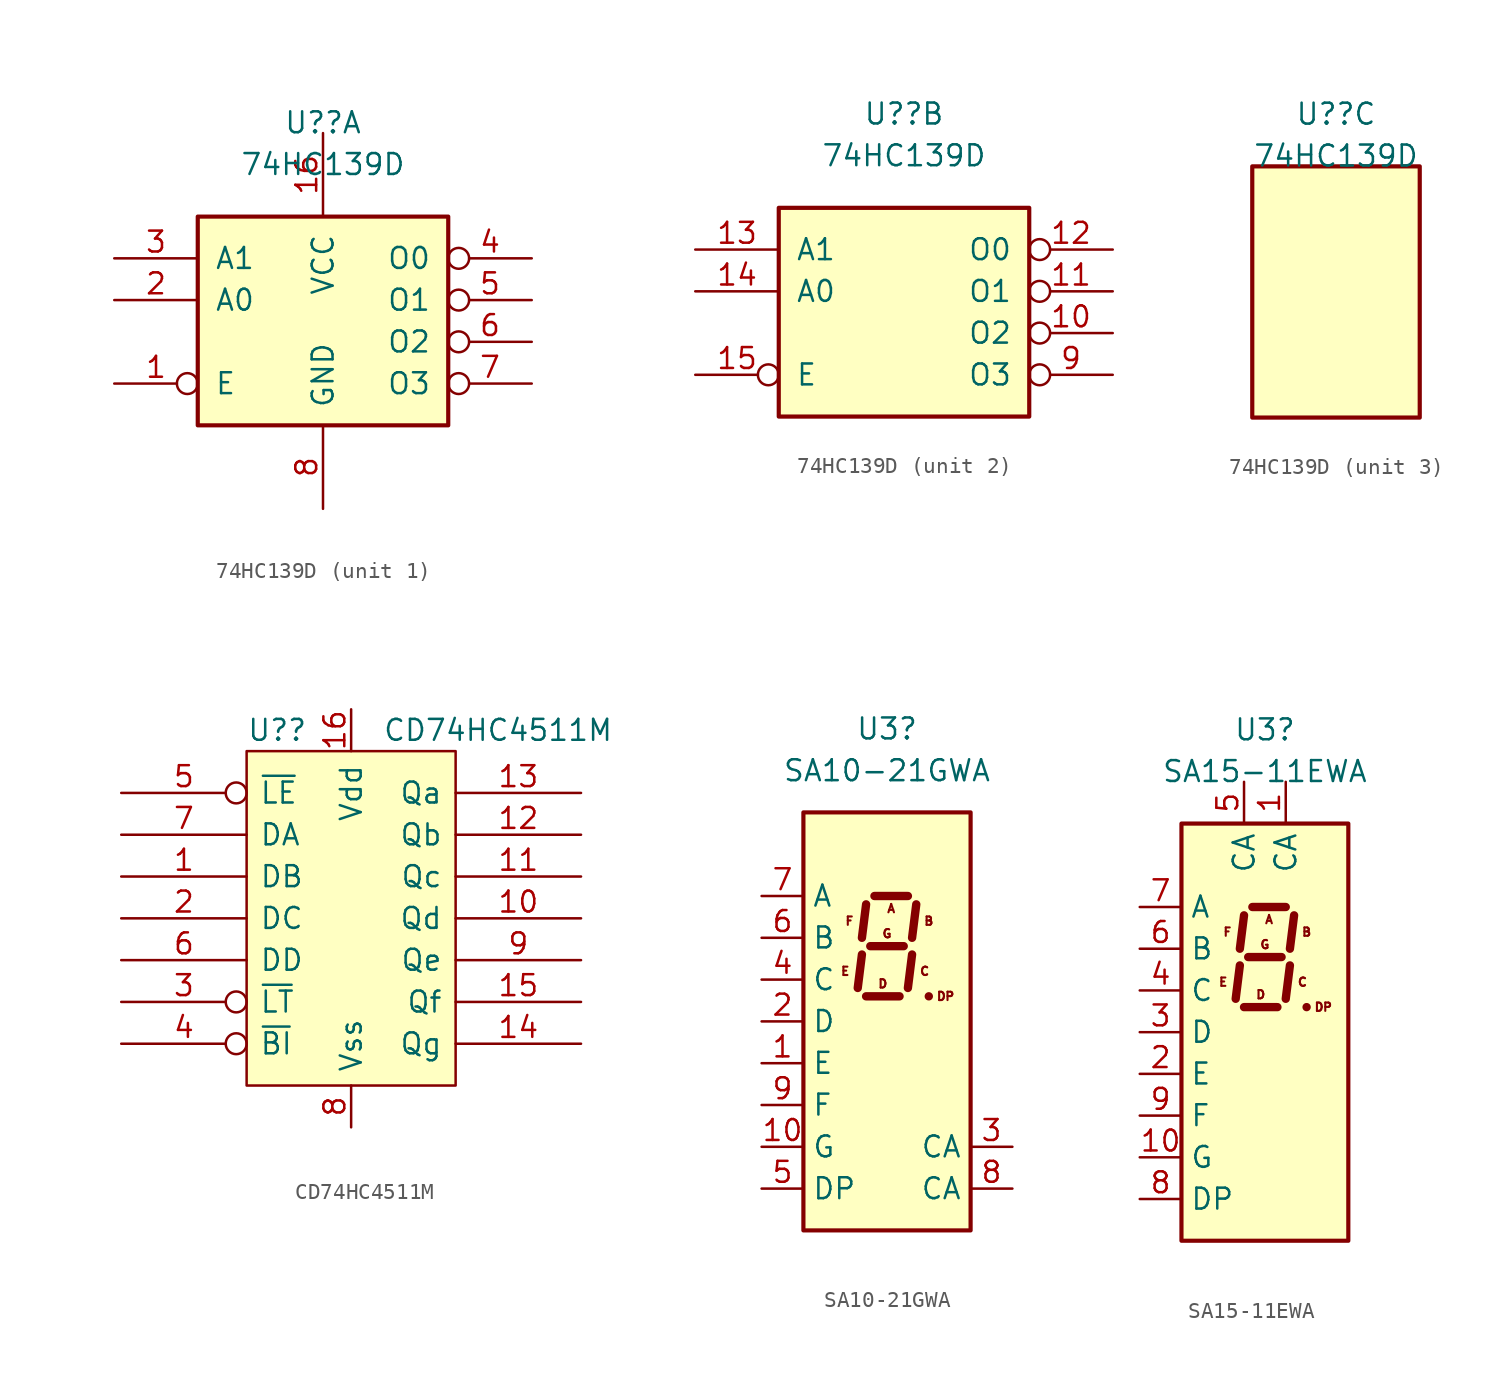
<source format=kicad_sym>
(kicad_symbol_lib
  (version 20211014)
  (generator kicad_symbol_editor)
  (symbol "74HC139D"
    (pin_names
      (offset 1.016))
    (property "Reference" "U?"
      (at 0 10.795 0)
      (effects (font (size 1.27 1.27))))
    (property "Value" "74HC139D"
      (at 0 8.255 0)
      (effects (font (size 1.27 1.27))))
    (property "ki_locked" ""
      (at 0 0 0)
      (effects (font (size 1.27 1.27))))
    (symbol "74HC139D_1_0"
      (pin input inverted (at -12.7 -5.08 0) (length 5.08) (name "E" (effects (font (size 1.27 1.27)))) (number "1" (effects (font (size 1.27 1.27)))))
      (pin power_in line (at 0 10.16 270) (length 5.08) (name "VCC" (effects (font (size 1.27 1.27)))) (number "16" (effects (font (size 1.27 1.27)))))
      (pin input line (at -12.7 0 0) (length 5.08) (name "A0" (effects (font (size 1.27 1.27)))) (number "2" (effects (font (size 1.27 1.27)))))
      (pin input line (at -12.7 2.54 0) (length 5.08) (name "A1" (effects (font (size 1.27 1.27)))) (number "3" (effects (font (size 1.27 1.27)))))
      (pin output inverted (at 12.7 2.54 180) (length 5.08) (name "O0" (effects (font (size 1.27 1.27)))) (number "4" (effects (font (size 1.27 1.27)))))
      (pin output inverted (at 12.7 0 180) (length 5.08) (name "O1" (effects (font (size 1.27 1.27)))) (number "5" (effects (font (size 1.27 1.27)))))
      (pin output inverted (at 12.7 -2.54 180) (length 5.08) (name "O2" (effects (font (size 1.27 1.27)))) (number "6" (effects (font (size 1.27 1.27)))))
      (pin output inverted (at 12.7 -5.08 180) (length 5.08) (name "O3" (effects (font (size 1.27 1.27)))) (number "7" (effects (font (size 1.27 1.27)))))
      (pin power_in line (at 0 -12.7 90) (length 5.08) (name "GND" (effects (font (size 1.27 1.27)))) (number "8" (effects (font (size 1.27 1.27))))))
    (symbol "74HC139D_1_1"
      (rectangle (start -7.62 5.08) (end 7.62 -7.62) (stroke (width 0.254) (type default) (color 0 0 0 0)) (fill (type background))))
    (symbol "74HC139D_2_0"
      (pin output inverted (at 12.7 -2.54 180) (length 5.08) (name "O2" (effects (font (size 1.27 1.27)))) (number "10" (effects (font (size 1.27 1.27)))))
      (pin output inverted (at 12.7 0 180) (length 5.08) (name "O1" (effects (font (size 1.27 1.27)))) (number "11" (effects (font (size 1.27 1.27)))))
      (pin output inverted (at 12.7 2.54 180) (length 5.08) (name "O0" (effects (font (size 1.27 1.27)))) (number "12" (effects (font (size 1.27 1.27)))))
      (pin input line (at -12.7 2.54 0) (length 5.08) (name "A1" (effects (font (size 1.27 1.27)))) (number "13" (effects (font (size 1.27 1.27)))))
      (pin input line (at -12.7 0 0) (length 5.08) (name "A0" (effects (font (size 1.27 1.27)))) (number "14" (effects (font (size 1.27 1.27)))))
      (pin input inverted (at -12.7 -5.08 0) (length 5.08) (name "E" (effects (font (size 1.27 1.27)))) (number "15" (effects (font (size 1.27 1.27)))))
      (pin output inverted (at 12.7 -5.08 180) (length 5.08) (name "O3" (effects (font (size 1.27 1.27)))) (number "9" (effects (font (size 1.27 1.27))))))
    (symbol "74HC139D_2_1"
      (rectangle (start -7.62 5.08) (end 7.62 -7.62) (stroke (width 0.254) (type default) (color 0 0 0 0)) (fill (type background))))
    (symbol "74HC139D_3_1"
      (rectangle (start -5.08 7.62) (end 5.08 -7.62) (stroke (width 0.254) (type default) (color 0 0 0 0)) (fill (type background)))))
  (symbol "CD74HC4511M"
    (pin_names
      (offset 0.762))
    (property "Reference" "U?"
      (at -6.35 11.43 0)
      (effects (font (size 1.27 1.27)) (justify left)))
    (property "Value" "CD74HC4511M"
      (at 1.905 11.43 0)
      (effects (font (size 1.27 1.27)) (justify left)))
    (symbol "CD74HC4511M_0_1"
      (rectangle (start -6.35 10.16) (end 6.35 -10.16) (stroke (width 0) (type default) (color 0 0 0 0)) (fill (type background))))
    (symbol "CD74HC4511M_1_1"
      (pin input line (at -13.97 2.54 0) (length 7.62) (name "DB" (effects (font (size 1.27 1.27)))) (number "1" (effects (font (size 1.27 1.27)))))
      (pin output line (at 13.97 0 180) (length 7.62) (name "Qd" (effects (font (size 1.27 1.27)))) (number "10" (effects (font (size 1.27 1.27)))))
      (pin output line (at 13.97 2.54 180) (length 7.62) (name "Qc" (effects (font (size 1.27 1.27)))) (number "11" (effects (font (size 1.27 1.27)))))
      (pin output line (at 13.97 5.08 180) (length 7.62) (name "Qb" (effects (font (size 1.27 1.27)))) (number "12" (effects (font (size 1.27 1.27)))))
      (pin output line (at 13.97 7.62 180) (length 7.62) (name "Qa" (effects (font (size 1.27 1.27)))) (number "13" (effects (font (size 1.27 1.27)))))
      (pin output line (at 13.97 -7.62 180) (length 7.62) (name "Qg" (effects (font (size 1.27 1.27)))) (number "14" (effects (font (size 1.27 1.27)))))
      (pin output line (at 13.97 -5.08 180) (length 7.62) (name "Qf" (effects (font (size 1.27 1.27)))) (number "15" (effects (font (size 1.27 1.27)))))
      (pin power_in line (at 0 12.7 270) (length 2.54) (name "Vdd" (effects (font (size 1.27 1.27)))) (number "16" (effects (font (size 1.27 1.27)))))
      (pin input line (at -13.97 0 0) (length 7.62) (name "DC" (effects (font (size 1.27 1.27)))) (number "2" (effects (font (size 1.27 1.27)))))
      (pin input inverted (at -13.97 -5.08 0) (length 7.62) (name "~{LT}" (effects (font (size 1.27 1.27)))) (number "3" (effects (font (size 1.27 1.27)))))
      (pin input inverted (at -13.97 -7.62 0) (length 7.62) (name "~{BI}" (effects (font (size 1.27 1.27)))) (number "4" (effects (font (size 1.27 1.27)))))
      (pin input inverted (at -13.97 7.62 0) (length 7.62) (name "~{LE}" (effects (font (size 1.27 1.27)))) (number "5" (effects (font (size 1.27 1.27)))))
      (pin input line (at -13.97 -2.54 0) (length 7.62) (name "DD" (effects (font (size 1.27 1.27)))) (number "6" (effects (font (size 1.27 1.27)))))
      (pin input line (at -13.97 5.08 0) (length 7.62) (name "DA" (effects (font (size 1.27 1.27)))) (number "7" (effects (font (size 1.27 1.27)))))
      (pin power_in line (at 0 -12.7 90) (length 2.54) (name "Vss" (effects (font (size 1.27 1.27)))) (number "8" (effects (font (size 1.27 1.27)))))
      (pin output line (at 13.97 -2.54 180) (length 7.62) (name "Qe" (effects (font (size 1.27 1.27)))) (number "9" (effects (font (size 1.27 1.27)))))))
  (symbol "SA10-21GWA"
    (property "Reference" "U3"
      (at 0 17.78 0)
      (effects (font (size 1.27 1.27))))
    (property "Value" "SA10-21GWA"
      (at 0 15.24 0)
      (effects (font (size 1.27 1.27))))
    (symbol "SA10-21GWA_1_0"
      (text "A" (at 0.254 6.858 0) (effects (font (size 0.508 0.508))))
      (text "B" (at 2.54 6.096 0) (effects (font (size 0.508 0.508))))
      (text "C" (at 2.286 3.048 0) (effects (font (size 0.508 0.508))))
      (text "D" (at -0.254 2.286 0) (effects (font (size 0.508 0.508))))
      (text "DP" (at 3.556 1.524 0) (effects (font (size 0.508 0.508))))
      (text "E" (at -2.54 3.048 0) (effects (font (size 0.508 0.508))))
      (text "F" (at -2.286 6.096 0) (effects (font (size 0.508 0.508))))
      (text "G" (at 0 5.334 0) (effects (font (size 0.508 0.508)))))
    (symbol "SA10-21GWA_1_1"
      (rectangle (start -5.08 12.7) (end 5.08 -12.7) (stroke (width 0.254) (type default) (color 0 0 0 0)) (fill (type background)))
      (polyline (pts (xy -1.524 4.064) (xy -1.778 2.032)) (stroke (width 0.508) (type default) (color 0 0 0 0)) (fill (type none)))
      (polyline (pts (xy -1.27 1.524) (xy 0.762 1.524)) (stroke (width 0.508) (type default) (color 0 0 0 0)) (fill (type none)))
      (polyline (pts (xy -1.27 7.112) (xy -1.524 5.08)) (stroke (width 0.508) (type default) (color 0 0 0 0)) (fill (type none)))
      (polyline (pts (xy -1.016 4.572) (xy 1.016 4.572)) (stroke (width 0.508) (type default) (color 0 0 0 0)) (fill (type none)))
      (polyline (pts (xy -0.762 7.62) (xy 1.27 7.62)) (stroke (width 0.508) (type default) (color 0 0 0 0)) (fill (type none)))
      (polyline (pts (xy 1.524 4.064) (xy 1.27 2.032)) (stroke (width 0.508) (type default) (color 0 0 0 0)) (fill (type none)))
      (polyline (pts (xy 1.778 7.112) (xy 1.524 5.08)) (stroke (width 0.508) (type default) (color 0 0 0 0)) (fill (type none)))
      (polyline (pts (xy 2.54 1.524) (xy 2.54 1.524)) (stroke (width 0.508) (type default) (color 0 0 0 0)) (fill (type none)))
      (pin input line (at -7.62 -2.54 0) (length 2.54) (name "E" (effects (font (size 1.27 1.27)))) (number "1" (effects (font (size 1.27 1.27)))))
      (pin input line (at -7.62 -7.62 0) (length 2.54) (name "G" (effects (font (size 1.27 1.27)))) (number "10" (effects (font (size 1.27 1.27)))))
      (pin input line (at -7.62 0 0) (length 2.54) (name "D" (effects (font (size 1.27 1.27)))) (number "2" (effects (font (size 1.27 1.27)))))
      (pin input line (at 7.62 -7.62 180) (length 2.54) (name "CA" (effects (font (size 1.27 1.27)))) (number "3" (effects (font (size 1.27 1.27)))))
      (pin input line (at -7.62 2.54 0) (length 2.54) (name "C" (effects (font (size 1.27 1.27)))) (number "4" (effects (font (size 1.27 1.27)))))
      (pin input line (at -7.62 -10.16 0) (length 2.54) (name "DP" (effects (font (size 1.27 1.27)))) (number "5" (effects (font (size 1.27 1.27)))))
      (pin input line (at -7.62 5.08 0) (length 2.54) (name "B" (effects (font (size 1.27 1.27)))) (number "6" (effects (font (size 1.27 1.27)))))
      (pin input line (at -7.62 7.62 0) (length 2.54) (name "A" (effects (font (size 1.27 1.27)))) (number "7" (effects (font (size 1.27 1.27)))))
      (pin input line (at 7.62 -10.16 180) (length 2.54) (name "CA" (effects (font (size 1.27 1.27)))) (number "8" (effects (font (size 1.27 1.27)))))
      (pin input line (at -7.62 -5.08 0) (length 2.54) (name "F" (effects (font (size 1.27 1.27)))) (number "9" (effects (font (size 1.27 1.27)))))))
  (symbol "SA15-11EWA"
    (property "Reference" "U3"
      (at 0 18.415 0)
      (effects (font (size 1.27 1.27))))
    (property "Value" "SA15-11EWA"
      (at 0 15.875 0)
      (effects (font (size 1.27 1.27))))
    (symbol "SA15-11EWA_1_0"
      (text "A" (at 0.254 6.858 0) (effects (font (size 0.508 0.508))))
      (text "B" (at 2.54 6.096 0) (effects (font (size 0.508 0.508))))
      (text "C" (at 2.286 3.048 0) (effects (font (size 0.508 0.508))))
      (text "D" (at -0.254 2.286 0) (effects (font (size 0.508 0.508))))
      (text "DP" (at 3.556 1.524 0) (effects (font (size 0.508 0.508))))
      (text "E" (at -2.54 3.048 0) (effects (font (size 0.508 0.508))))
      (text "F" (at -2.286 6.096 0) (effects (font (size 0.508 0.508))))
      (text "G" (at 0 5.334 0) (effects (font (size 0.508 0.508)))))
    (symbol "SA15-11EWA_1_1"
      (rectangle (start -5.08 12.7) (end 5.08 -12.7) (stroke (width 0.254) (type default) (color 0 0 0 0)) (fill (type background)))
      (polyline (pts (xy -1.524 4.064) (xy -1.778 2.032)) (stroke (width 0.508) (type default) (color 0 0 0 0)) (fill (type none)))
      (polyline (pts (xy -1.27 1.524) (xy 0.762 1.524)) (stroke (width 0.508) (type default) (color 0 0 0 0)) (fill (type none)))
      (polyline (pts (xy -1.27 7.112) (xy -1.524 5.08)) (stroke (width 0.508) (type default) (color 0 0 0 0)) (fill (type none)))
      (polyline (pts (xy -1.016 4.572) (xy 1.016 4.572)) (stroke (width 0.508) (type default) (color 0 0 0 0)) (fill (type none)))
      (polyline (pts (xy -0.762 7.62) (xy 1.27 7.62)) (stroke (width 0.508) (type default) (color 0 0 0 0)) (fill (type none)))
      (polyline (pts (xy 1.524 4.064) (xy 1.27 2.032)) (stroke (width 0.508) (type default) (color 0 0 0 0)) (fill (type none)))
      (polyline (pts (xy 1.778 7.112) (xy 1.524 5.08)) (stroke (width 0.508) (type default) (color 0 0 0 0)) (fill (type none)))
      (polyline (pts (xy 2.54 1.524) (xy 2.54 1.524)) (stroke (width 0.508) (type default) (color 0 0 0 0)) (fill (type none)))
      (pin input line (at 1.27 15.24 270) (length 2.54) (name "CA" (effects (font (size 1.27 1.27)))) (number "1" (effects (font (size 1.27 1.27)))))
      (pin input line (at -7.62 -7.62 0) (length 2.54) (name "G" (effects (font (size 1.27 1.27)))) (number "10" (effects (font (size 1.27 1.27)))))
      (pin input line (at -7.62 -2.54 0) (length 2.54) (name "E" (effects (font (size 1.27 1.27)))) (number "2" (effects (font (size 1.27 1.27)))))
      (pin input line (at -7.62 0 0) (length 2.54) (name "D" (effects (font (size 1.27 1.27)))) (number "3" (effects (font (size 1.27 1.27)))))
      (pin input line (at -7.62 2.54 0) (length 2.54) (name "C" (effects (font (size 1.27 1.27)))) (number "4" (effects (font (size 1.27 1.27)))))
      (pin input line (at -1.27 15.24 270) (length 2.54) (name "CA" (effects (font (size 1.27 1.27)))) (number "5" (effects (font (size 1.27 1.27)))))
      (pin input line (at -7.62 5.08 0) (length 2.54) (name "B" (effects (font (size 1.27 1.27)))) (number "6" (effects (font (size 1.27 1.27)))))
      (pin input line (at -7.62 7.62 0) (length 2.54) (name "A" (effects (font (size 1.27 1.27)))) (number "7" (effects (font (size 1.27 1.27)))))
      (pin input line (at -7.62 -10.16 0) (length 2.54) (name "DP" (effects (font (size 1.27 1.27)))) (number "8" (effects (font (size 1.27 1.27)))))
      (pin input line (at -7.62 -5.08 0) (length 2.54) (name "F" (effects (font (size 1.27 1.27)))) (number "9" (effects (font (size 1.27 1.27))))))))
</source>
